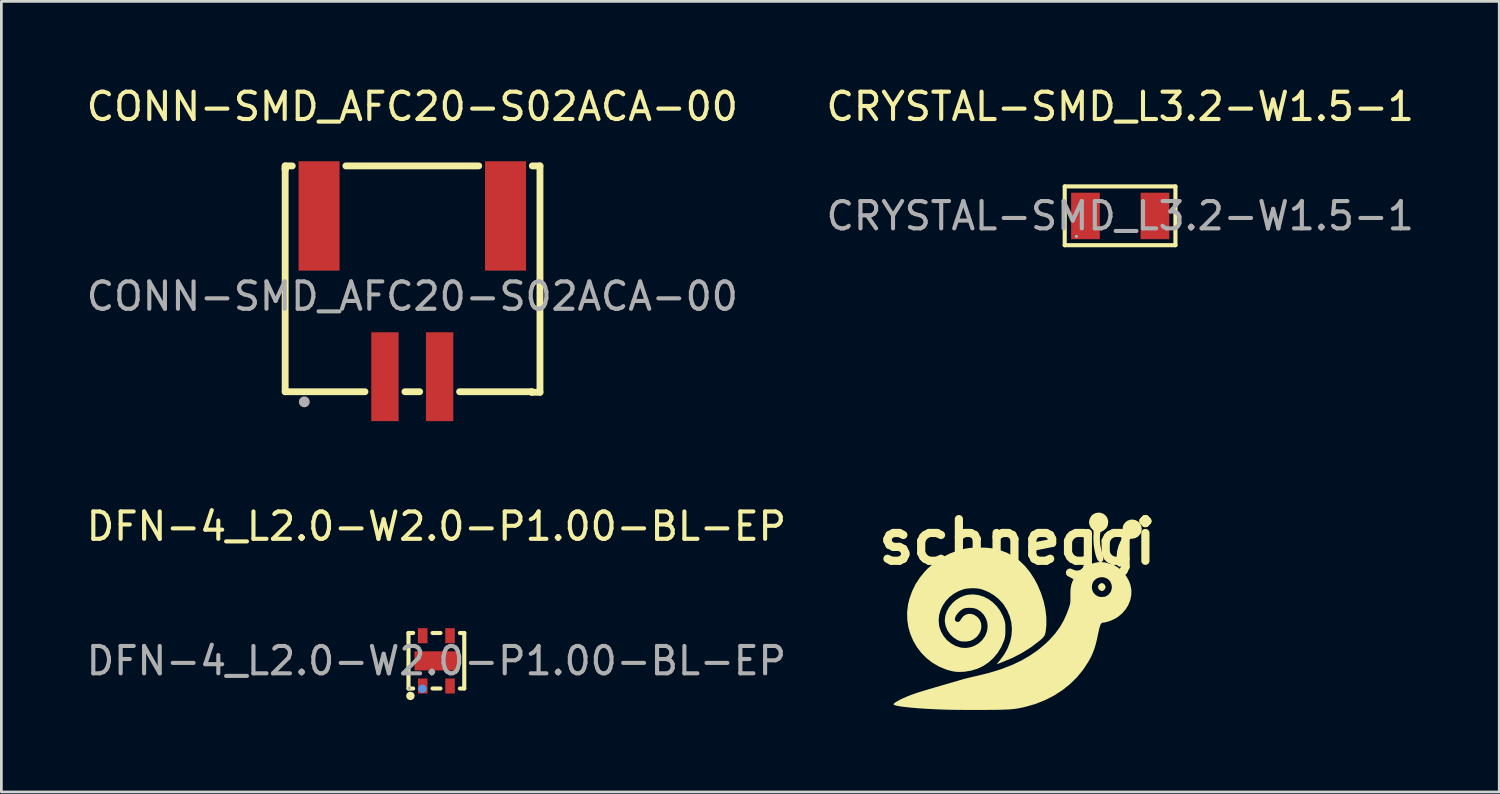
<source format=kicad_pcb>
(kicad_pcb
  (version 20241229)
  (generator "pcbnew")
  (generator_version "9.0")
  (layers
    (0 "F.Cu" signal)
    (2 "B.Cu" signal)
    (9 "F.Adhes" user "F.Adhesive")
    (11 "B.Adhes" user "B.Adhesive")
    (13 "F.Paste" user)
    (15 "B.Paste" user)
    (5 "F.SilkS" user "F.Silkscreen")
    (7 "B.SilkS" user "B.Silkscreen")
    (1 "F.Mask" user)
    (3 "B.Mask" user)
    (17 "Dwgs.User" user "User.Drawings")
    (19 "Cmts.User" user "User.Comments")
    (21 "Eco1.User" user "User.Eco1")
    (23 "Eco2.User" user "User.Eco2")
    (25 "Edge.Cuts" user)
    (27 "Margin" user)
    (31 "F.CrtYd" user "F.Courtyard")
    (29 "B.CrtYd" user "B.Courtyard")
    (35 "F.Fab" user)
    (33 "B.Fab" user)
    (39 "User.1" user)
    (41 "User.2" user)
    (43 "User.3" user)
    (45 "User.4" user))
  (footprint "DFN-4_L2.0-W2.0-P1.00-BL-EP"
    (layer "F.Cu")
    (at 12.911 21.122)
    (property "Reference" "DFN-4_L2.0-W2.0-P1.00-BL-EP" (at 0 -4.92 0) (layer "F.SilkS") (effects (font (size 1 1) (thickness 0.15))))
    (attr smd)
    (fp_line (start -1.02 -1.02) (end -1.02 1.01) (stroke (width 0.15) (type solid)) (layer "F.SilkS"))
    (fp_line (start -1.02 1.01) (end -0.85 1.01) (stroke (width 0.15) (type solid)) (layer "F.SilkS"))
    (fp_line (start -0.85 -1.02) (end -1.02 -1.02) (stroke (width 0.15) (type solid)) (layer "F.SilkS"))
    (fp_line (start -0.14 1.01) (end 0.15 1.01) (stroke (width 0.15) (type solid)) (layer "F.SilkS"))
    (fp_line (start 0.15 -1.02) (end -0.14 -1.02) (stroke (width 0.15) (type solid)) (layer "F.SilkS"))
    (fp_line (start 0.86 1.01) (end 1.02 1.01) (stroke (width 0.15) (type solid)) (layer "F.SilkS"))
    (fp_line (start 1.02 -1.02) (end 0.86 -1.02) (stroke (width 0.15) (type solid)) (layer "F.SilkS"))
    (fp_line (start 1.02 1.01) (end 1.02 -1.02) (stroke (width 0.15) (type solid)) (layer "F.SilkS"))
    (fp_circle (center -0.95 1.28) (end -0.87 1.28) (stroke (width 0.15) (type solid)) (fill no) (layer "F.SilkS"))
    (fp_circle (center -0.51 1.02) (end -0.43 1.02) (stroke (width 0.15) (type solid)) (fill no) (layer "Cmts.User"))
    (fp_circle (center -1 1) (end -0.97 1) (stroke (width 0.06) (type solid)) (fill no) (layer "F.Fab"))
    (fp_text user "${REFERENCE}" (at 0 0 0) (layer "F.Fab") (effects (font (size 1 1) (thickness 0.15))))
    (pad "1" smd rect (at -0.5 0.92) (size 0.35 0.55) (layers "F.Cu" "F.Mask" "F.Paste"))
    (pad "2" smd rect (at 0.5 0.92) (size 0.35 0.55) (layers "F.Cu" "F.Mask" "F.Paste"))
    (pad "3" smd rect (at 0.5 -0.92) (size 0.35 0.55) (layers "F.Cu" "F.Mask" "F.Paste"))
    (pad "4" smd rect (at -0.5 -0.92) (size 0.35 0.55) (layers "F.Cu" "F.Mask" "F.Paste"))
    (pad "5" smd rect (at 0 0) (size 1.6 0.7) (layers "F.Cu" "F.Mask" "F.Paste")))
  (footprint "schneggi"
    (layer "F.Cu")
    (at 34.163 19.311)
    (property "Reference" "schneggi" (at 0 -2.54 0) (layer "F.SilkS") (effects (font (size 1.524 1.524) (thickness 0.3))))
    (attr board_only exclude_from_pos_files exclude_from_bom)
    (fp_poly (pts (xy 3.144 -1.018) (xy 3.192 -0.974) (xy 3.221 -0.915) (xy 3.224 -0.889) (xy 3.208 -0.828) (xy 3.166 -0.776) (xy 3.112 -0.746) (xy 3.087 -0.742) (xy 3.049 -0.754) (xy 3.003 -0.782) (xy 3.002 -0.783) (xy 2.959 -0.838) (xy 2.949 -0.903) (xy 2.973 -0.964) (xy 3.002 -0.995) (xy 3.047 -1.023) (xy 3.086 -1.036) (xy 3.087 -1.036)) (stroke (width 0) (type solid)) (fill yes) (layer "F.SilkS"))
    (fp_poly (pts (xy 4.324 -3.336) (xy 4.413 -3.287) (xy 4.486 -3.21) (xy 4.534 -3.113) (xy 4.55 -3.007) (xy 4.532 -2.905) (xy 4.484 -2.813) (xy 4.412 -2.737) (xy 4.321 -2.683) (xy 4.214 -2.659) (xy 4.191 -2.658) (xy 4.144 -2.654) (xy 4.111 -2.639) (xy 4.079 -2.605) (xy 4.048 -2.562) (xy 3.953 -2.389) (xy 3.89 -2.198) (xy 3.86 -1.997) (xy 3.862 -1.84) (xy 3.865 -1.755) (xy 3.858 -1.701) (xy 3.846 -1.677) (xy 3.792 -1.64) (xy 3.728 -1.636) (xy 3.697 -1.646) (xy 3.668 -1.666) (xy 3.647 -1.699) (xy 3.634 -1.751) (xy 3.628 -1.828) (xy 3.626 -1.935) (xy 3.626 -1.973) (xy 3.645 -2.196) (xy 3.699 -2.405) (xy 3.787 -2.596) (xy 3.864 -2.713) (xy 3.894 -2.757) (xy 3.902 -2.788) (xy 3.891 -2.824) (xy 3.881 -2.846) (xy 3.858 -2.922) (xy 3.85 -3.012) (xy 3.857 -3.099) (xy 3.877 -3.161) (xy 3.944 -3.254) (xy 4.029 -3.318) (xy 4.126 -3.352) (xy 4.226 -3.358)) (stroke (width 0) (type solid)) (fill yes) (layer "F.SilkS"))
    (fp_poly (pts (xy -1.232 -2.332) (xy -1.084 -2.324) (xy -0.951 -2.308) (xy -0.819 -2.284) (xy -0.679 -2.249) (xy -0.626 -2.234) (xy -0.378 -2.142) (xy -0.144 -2.015) (xy 0.075 -1.852) (xy 0.278 -1.657) (xy 0.463 -1.428) (xy 0.63 -1.168) (xy 0.743 -0.953) (xy 0.866 -0.66) (xy 0.961 -0.364) (xy 1.025 -0.069) (xy 1.058 0.218) (xy 1.059 0.494) (xy 1.054 0.563) (xy 1.041 0.687) (xy 1.026 0.78) (xy 1.005 0.852) (xy 0.974 0.912) (xy 0.927 0.968) (xy 0.862 1.03) (xy 0.796 1.086) (xy 0.493 1.316) (xy 0.16 1.525) (xy -0.199 1.71) (xy -0.582 1.868) (xy -0.62 1.882) (xy -0.761 1.933) (xy -0.636 1.784) (xy -0.478 1.569) (xy -0.355 1.344) (xy -0.268 1.114) (xy -0.217 0.88) (xy -0.202 0.645) (xy -0.222 0.413) (xy -0.28 0.185) (xy -0.373 -0.036) (xy -0.504 -0.246) (xy -0.541 -0.296) (xy -0.689 -0.454) (xy -0.864 -0.594) (xy -1.059 -0.708) (xy -1.266 -0.793) (xy -1.368 -0.822) (xy -1.479 -0.839) (xy -1.612 -0.846) (xy -1.751 -0.842) (xy -1.88 -0.827) (xy -1.954 -0.812) (xy -2.15 -0.742) (xy -2.328 -0.643) (xy -2.486 -0.52) (xy -2.622 -0.375) (xy -2.731 -0.214) (xy -2.813 -0.039) (xy -2.864 0.145) (xy -2.881 0.334) (xy -2.863 0.524) (xy -2.854 0.567) (xy -2.792 0.745) (xy -2.698 0.907) (xy -2.577 1.051) (xy -2.432 1.17) (xy -2.27 1.262) (xy -2.094 1.32) (xy -2.051 1.329) (xy -1.883 1.339) (xy -1.717 1.313) (xy -1.558 1.254) (xy -1.413 1.166) (xy -1.288 1.052) (xy -1.189 0.915) (xy -1.166 0.872) (xy -1.11 0.716) (xy -1.09 0.558) (xy -1.104 0.404) (xy -1.152 0.258) (xy -1.23 0.125) (xy -1.338 0.012) (xy -1.473 -0.078) (xy -1.483 -0.083) (xy -1.563 -0.109) (xy -1.663 -0.125) (xy -1.771 -0.13) (xy -1.874 -0.123) (xy -1.959 -0.104) (xy -1.989 -0.091) (xy -2.089 -0.023) (xy -2.179 0.065) (xy -2.247 0.16) (xy -2.258 0.183) (xy -2.287 0.265) (xy -2.285 0.324) (xy -2.252 0.364) (xy -2.219 0.38) (xy -2.168 0.389) (xy -2.124 0.37) (xy -2.082 0.321) (xy -2.054 0.276) (xy -1.983 0.182) (xy -1.893 0.121) (xy -1.791 0.092) (xy -1.682 0.095) (xy -1.573 0.132) (xy -1.469 0.203) (xy -1.459 0.212) (xy -1.379 0.311) (xy -1.332 0.424) (xy -1.318 0.546) (xy -1.335 0.671) (xy -1.383 0.792) (xy -1.462 0.903) (xy -1.505 0.946) (xy -1.61 1.026) (xy -1.716 1.076) (xy -1.836 1.1) (xy -1.925 1.103) (xy -2.014 1.101) (xy -2.081 1.091) (xy -2.143 1.071) (xy -2.198 1.046) (xy -2.339 0.957) (xy -2.46 0.841) (xy -2.555 0.703) (xy -2.621 0.552) (xy -2.654 0.392) (xy -2.657 0.331) (xy -2.639 0.165) (xy -2.585 0.003) (xy -2.501 -0.15) (xy -2.39 -0.288) (xy -2.257 -0.409) (xy -2.106 -0.506) (xy -1.94 -0.576) (xy -1.815 -0.606) (xy -1.621 -0.62) (xy -1.428 -0.597) (xy -1.242 -0.54) (xy -1.065 -0.451) (xy -0.902 -0.333) (xy -0.757 -0.189) (xy -0.632 -0.02) (xy -0.532 0.17) (xy -0.5 0.252) (xy -0.475 0.325) (xy -0.458 0.386) (xy -0.447 0.445) (xy -0.442 0.514) (xy -0.441 0.605) (xy -0.441 0.674) (xy -0.442 0.785) (xy -0.446 0.868) (xy -0.454 0.935) (xy -0.468 0.997) (xy -0.489 1.064) (xy -0.496 1.084) (xy -0.593 1.309) (xy -0.721 1.517) (xy -0.876 1.704) (xy -1.054 1.866) (xy -1.251 1.999) (xy -1.462 2.098) (xy -1.695 2.168) (xy -1.932 2.208) (xy -2.164 2.216) (xy -2.284 2.206) (xy -2.368 2.192) (xy -2.472 2.167) (xy -2.577 2.137) (xy -2.619 2.123) (xy -2.876 2.016) (xy -3.112 1.877) (xy -3.325 1.711) (xy -3.513 1.521) (xy -3.675 1.31) (xy -3.809 1.08) (xy -3.914 0.836) (xy -3.988 0.58) (xy -4.028 0.315) (xy -4.035 0.045) (xy -4.005 -0.228) (xy -3.955 -0.444) (xy -3.855 -0.728) (xy -3.728 -0.991) (xy -3.568 -1.237) (xy -3.375 -1.47) (xy -3.273 -1.574) (xy -3.032 -1.785) (xy -2.768 -1.964) (xy -2.484 -2.111) (xy -2.18 -2.224) (xy -1.933 -2.288) (xy -1.836 -2.307) (xy -1.741 -2.32) (xy -1.637 -2.328) (xy -1.514 -2.332) (xy -1.407 -2.333)) (stroke (width 0) (type solid)) (fill yes) (layer "F.SilkS"))
    (fp_poly (pts (xy 3.049 -3.604) (xy 3.144 -3.568) (xy 3.224 -3.508) (xy 3.284 -3.425) (xy 3.317 -3.323) (xy 3.321 -3.265) (xy 3.305 -3.147) (xy 3.255 -3.048) (xy 3.171 -2.969) (xy 3.129 -2.944) (xy 3.032 -2.891) (xy 3.019 -2.75) (xy 3.016 -2.591) (xy 3.034 -2.411) (xy 3.071 -2.22) (xy 3.098 -2.118) (xy 3.126 -2.014) (xy 3.141 -1.94) (xy 3.142 -1.89) (xy 3.13 -1.855) (xy 3.104 -1.829) (xy 3.102 -1.828) (xy 3.074 -1.807) (xy 3.078 -1.799) (xy 3.117 -1.798) (xy 3.119 -1.798) (xy 3.19 -1.79) (xy 3.284 -1.77) (xy 3.387 -1.741) (xy 3.486 -1.708) (xy 3.568 -1.673) (xy 3.581 -1.666) (xy 3.732 -1.565) (xy 3.869 -1.433) (xy 3.988 -1.278) (xy 4.082 -1.108) (xy 4.134 -0.967) (xy 4.168 -0.784) (xy 4.166 -0.599) (xy 4.129 -0.416) (xy 4.06 -0.239) (xy 3.96 -0.075) (xy 3.832 0.074) (xy 3.677 0.202) (xy 3.599 0.252) (xy 3.504 0.301) (xy 3.399 0.346) (xy 3.294 0.381) (xy 3.202 0.404) (xy 3.145 0.41) (xy 3.107 0.416) (xy 3.075 0.434) (xy 3.047 0.471) (xy 3.022 0.531) (xy 2.997 0.617) (xy 2.97 0.735) (xy 2.951 0.824) (xy 2.906 1.039) (xy 2.859 1.223) (xy 2.809 1.385) (xy 2.753 1.533) (xy 2.687 1.675) (xy 2.609 1.82) (xy 2.596 1.842) (xy 2.402 2.138) (xy 2.177 2.412) (xy 1.923 2.661) (xy 1.643 2.884) (xy 1.339 3.08) (xy 1.013 3.247) (xy 0.667 3.384) (xy 0.381 3.468) (xy 0.268 3.497) (xy 0.167 3.521) (xy 0.071 3.541) (xy -0.022 3.557) (xy -0.119 3.57) (xy -0.223 3.581) (xy -0.339 3.589) (xy -0.471 3.594) (xy -0.625 3.599) (xy -0.804 3.602) (xy -1.014 3.604) (xy -1.241 3.605) (xy -1.451 3.606) (xy -1.667 3.606) (xy -1.882 3.605) (xy -2.09 3.604) (xy -2.284 3.602) (xy -2.456 3.599) (xy -2.6 3.596) (xy -2.667 3.594) (xy -2.943 3.584) (xy -3.205 3.571) (xy -3.451 3.557) (xy -3.678 3.541) (xy -3.884 3.523) (xy -4.066 3.504) (xy -4.221 3.485) (xy -4.348 3.465) (xy -4.444 3.445) (xy -4.506 3.424) (xy -4.532 3.404) (xy -4.533 3.4) (xy -4.515 3.371) (xy -4.466 3.331) (xy -4.389 3.284) (xy -4.29 3.23) (xy -4.174 3.174) (xy -4.044 3.118) (xy -4.011 3.104) (xy -3.928 3.072) (xy -3.844 3.04) (xy -3.756 3.009) (xy -3.658 2.976) (xy -3.546 2.94) (xy -3.416 2.9) (xy -3.263 2.854) (xy -3.082 2.801) (xy -2.87 2.74) (xy -2.814 2.723) (xy -2.648 2.675) (xy -2.489 2.629) (xy -2.342 2.587) (xy -2.213 2.549) (xy -2.106 2.518) (xy -2.026 2.494) (xy -1.978 2.48) (xy -1.977 2.48) (xy -1.92 2.464) (xy -1.833 2.442) (xy -1.724 2.416) (xy -1.6 2.387) (xy -1.472 2.358) (xy -1.455 2.354) (xy -1.007 2.242) (xy -0.592 2.113) (xy -0.21 1.966) (xy 0.142 1.8) (xy 0.464 1.614) (xy 0.76 1.408) (xy 1.03 1.181) (xy 1.184 1.031) (xy 1.384 0.807) (xy 1.551 0.579) (xy 1.691 0.337) (xy 1.809 0.073) (xy 1.87 -0.093) (xy 1.899 -0.179) (xy 1.919 -0.246) (xy 1.931 -0.305) (xy 1.937 -0.368) (xy 1.939 -0.445) (xy 1.938 -0.548) (xy 1.938 -0.567) (xy 1.938 -0.719) (xy 1.947 -0.844) (xy 1.953 -0.878) (xy 2.722 -0.878) (xy 2.741 -0.768) (xy 2.779 -0.688) (xy 2.859 -0.598) (xy 2.957 -0.543) (xy 3.072 -0.523) (xy 3.202 -0.538) (xy 3.214 -0.541) (xy 3.285 -0.576) (xy 3.354 -0.636) (xy 3.41 -0.711) (xy 3.424 -0.738) (xy 3.454 -0.852) (xy 3.446 -0.967) (xy 3.403 -1.077) (xy 3.393 -1.093) (xy 3.318 -1.175) (xy 3.224 -1.227) (xy 3.12 -1.25) (xy 3.014 -1.244) (xy 2.913 -1.21) (xy 2.825 -1.146) (xy 2.779 -1.09) (xy 2.735 -0.99) (xy 2.722 -0.878) (xy 1.953 -0.878) (xy 1.966 -0.952) (xy 1.997 -1.054) (xy 2.043 -1.161) (xy 2.057 -1.191) (xy 2.132 -1.312) (xy 2.234 -1.433) (xy 2.353 -1.544) (xy 2.478 -1.635) (xy 2.53 -1.664) (xy 2.625 -1.707) (xy 2.73 -1.745) (xy 2.834 -1.776) (xy 2.923 -1.794) (xy 2.967 -1.798) (xy 3.011 -1.798) (xy 2.962 -1.841) (xy 2.923 -1.896) (xy 2.885 -1.982) (xy 2.852 -2.094) (xy 2.823 -2.223) (xy 2.8 -2.364) (xy 2.785 -2.509) (xy 2.778 -2.651) (xy 2.781 -2.762) (xy 2.786 -2.851) (xy 2.787 -2.909) (xy 2.783 -2.945) (xy 2.771 -2.969) (xy 2.752 -2.988) (xy 2.742 -2.995) (xy 2.689 -3.056) (xy 2.647 -3.138) (xy 2.622 -3.225) (xy 2.619 -3.263) (xy 2.633 -3.349) (xy 2.669 -3.437) (xy 2.72 -3.51) (xy 2.744 -3.532) (xy 2.843 -3.589) (xy 2.947 -3.612)) (stroke (width 0) (type solid)) (fill yes) (layer "F.SilkS")))
  (footprint "CRYSTAL-SMD_L3.2-W1.5-1"
    (layer "F.Cu")
    (at 37.923 4.848)
    (property "Reference" "CRYSTAL-SMD_L3.2-W1.5-1" (at 0 -4 0) (layer "F.SilkS") (effects (font (size 1 1) (thickness 0.15))))
    (attr smd)
    (fp_line (start -2.03 -1.08) (end 2.02 -1.08) (stroke (width 0.15) (type solid)) (layer "F.SilkS"))
    (fp_line (start -2.03 1.07) (end -2.03 -1.08) (stroke (width 0.15) (type solid)) (layer "F.SilkS"))
    (fp_line (start 2.02 -1.08) (end 2.02 1.07) (stroke (width 0.15) (type solid)) (layer "F.SilkS"))
    (fp_line (start 2.02 1.07) (end -2.03 1.07) (stroke (width 0.15) (type solid)) (layer "F.SilkS"))
    (fp_circle (center -1.6 0.75) (end -1.57 0.75) (stroke (width 0.06) (type solid)) (fill no) (layer "F.Fab"))
    (fp_text user "${REFERENCE}" (at 0 0 0) (layer "F.Fab") (effects (font (size 1 1) (thickness 0.15))))
    (pad "1" smd rect (at -1.27 0) (size 1.05 1.7) (layers "F.Cu" "F.Mask" "F.Paste"))
    (pad "2" smd rect (at 1.27 0) (size 1.05 1.7) (layers "F.Cu" "F.Mask" "F.Paste")))
  (footprint "CONN-SMD_AFC20-S02ACA-00"
    (layer "F.Cu")
    (at 12.03 7.788)
    (property "Reference" "CONN-SMD_AFC20-S02ACA-00" (at 0 -6.94 0) (layer "F.SilkS") (effects (font (size 1 1) (thickness 0.15))))
    (attr smd)
    (fp_line (start -4.65 -4.77) (end -4.65 -4.62) (stroke (width 0.25) (type solid)) (layer "F.SilkS"))
    (fp_line (start -4.65 -4.69) (end -4.65 3.49) (stroke (width 0.25) (type solid)) (layer "F.SilkS"))
    (fp_line (start -4.65 3.49) (end -1.73 3.49) (stroke (width 0.25) (type solid)) (layer "F.SilkS"))
    (fp_line (start -4.63 -4.69) (end -4.65 -4.69) (stroke (width 0.25) (type solid)) (layer "F.SilkS"))
    (fp_line (start -4.39 -4.77) (end -4.65 -4.77) (stroke (width 0.25) (type solid)) (layer "F.SilkS"))
    (fp_line (start -0.27 3.49) (end 0.27 3.49) (stroke (width 0.25) (type solid)) (layer "F.SilkS"))
    (fp_line (start 1.73 3.49) (end 4.37 3.49) (stroke (width 0.25) (type solid)) (layer "F.SilkS"))
    (fp_line (start 2.43 -4.77) (end -2.43 -4.77) (stroke (width 0.25) (type solid)) (layer "F.SilkS"))
    (fp_line (start 4.37 3.49) (end 4.37 3.51) (stroke (width 0.25) (type solid)) (layer "F.SilkS"))
    (fp_line (start 4.37 3.51) (end 4.67 3.51) (stroke (width 0.25) (type solid)) (layer "F.SilkS"))
    (fp_line (start 4.67 -4.77) (end 4.39 -4.77) (stroke (width 0.25) (type solid)) (layer "F.SilkS"))
    (fp_line (start 4.67 3.51) (end 4.67 -4.77) (stroke (width 0.25) (type solid)) (layer "F.SilkS"))
    (fp_circle (center -3.95 3.86) (end -3.85 3.86) (stroke (width 0.2) (type solid)) (fill no) (layer "F.Fab"))
    (fp_text user "${REFERENCE}" (at 0 0 0) (layer "F.Fab") (effects (font (size 1 1) (thickness 0.15))))
    (pad "1" smd rect (at -1 2.94) (size 1 3.25) (layers "F.Cu" "F.Mask" "F.Paste"))
    (pad "2" smd rect (at 1 2.94) (size 1 3.25) (layers "F.Cu" "F.Mask" "F.Paste"))
    (pad "3" smd rect (at 3.41 -2.94) (size 1.5 4) (layers "F.Cu" "F.Mask" "F.Paste"))
    (pad "4" smd rect (at -3.41 -2.94) (size 1.5 4) (layers "F.Cu" "F.Mask" "F.Paste")))
  (gr_rect
    (start -3 -3)
    (end 51.786 25.917)
    (stroke (width 0.1) (type default))
    (fill no)
    (layer "Edge.Cuts")))
</source>
